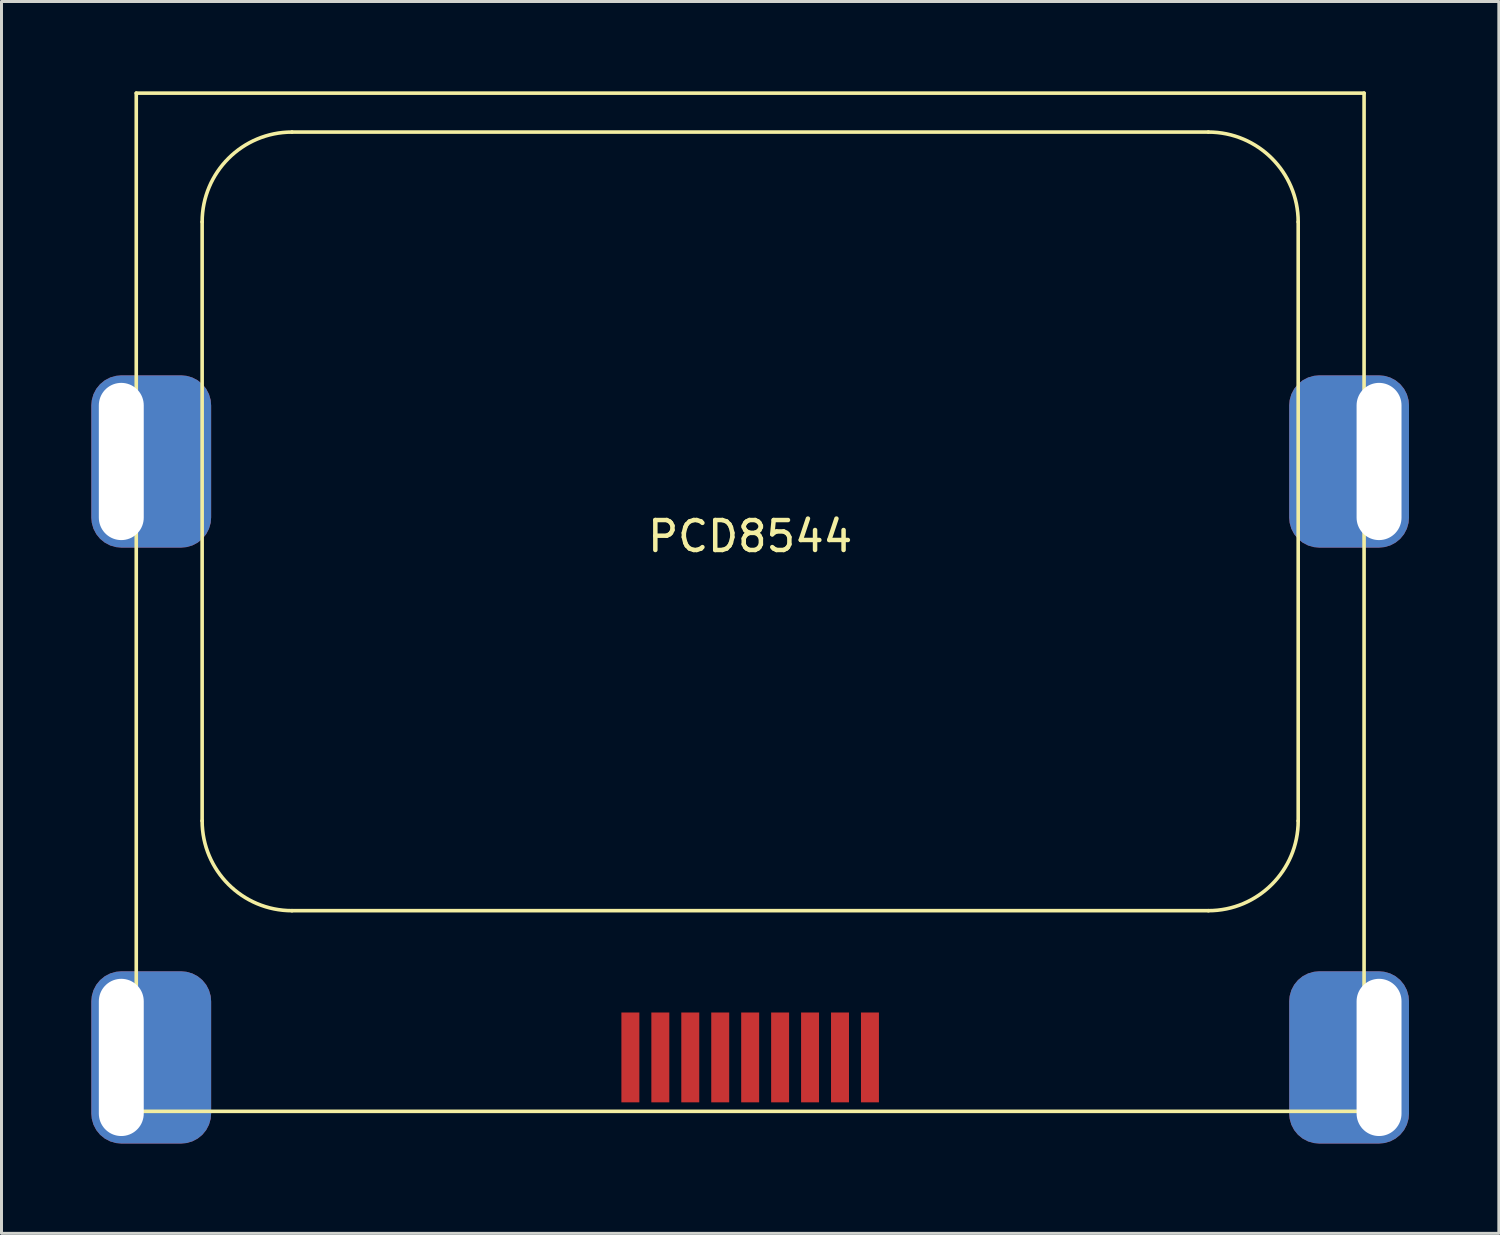
<source format=kicad_pcb>
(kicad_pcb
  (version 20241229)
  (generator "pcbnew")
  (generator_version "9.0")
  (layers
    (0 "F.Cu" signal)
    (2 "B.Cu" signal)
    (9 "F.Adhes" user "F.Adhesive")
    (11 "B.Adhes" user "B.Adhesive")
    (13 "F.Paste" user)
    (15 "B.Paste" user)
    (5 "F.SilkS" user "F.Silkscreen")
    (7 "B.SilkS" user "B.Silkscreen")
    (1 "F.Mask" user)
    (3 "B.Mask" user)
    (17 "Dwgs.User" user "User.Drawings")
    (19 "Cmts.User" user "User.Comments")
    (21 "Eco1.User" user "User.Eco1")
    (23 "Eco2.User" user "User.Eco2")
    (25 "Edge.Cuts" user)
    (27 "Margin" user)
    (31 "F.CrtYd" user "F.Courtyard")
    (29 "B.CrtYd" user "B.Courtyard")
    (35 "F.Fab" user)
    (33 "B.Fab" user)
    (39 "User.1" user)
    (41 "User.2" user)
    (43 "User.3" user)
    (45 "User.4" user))
  (footprint "PCD8544"
    (layer "F.Cu")
    (at 22 14.36)
    (property "Reference" "PCD8544" (at 0 0.5 0) (layer "F.SilkS") (effects (font (size 1 1) (thickness 0.15))))
    (attr through_hole)
    (fp_line (start -20.5 -14.3) (end 20.5 -14.3) (stroke (width 0.12) (type solid)) (layer "F.SilkS"))
    (fp_line (start -20.5 19.7) (end -20.5 -14.3) (stroke (width 0.12) (type solid)) (layer "F.SilkS"))
    (fp_line (start -18.3 -10) (end -18.3 10) (stroke (width 0.12) (type solid)) (layer "F.SilkS"))
    (fp_line (start 15.3 -13) (end -15.3 -13) (stroke (width 0.12) (type solid)) (layer "F.SilkS"))
    (fp_line (start 15.3 13) (end -15.3 13) (stroke (width 0.12) (type solid)) (layer "F.SilkS"))
    (fp_line (start 18.3 -10) (end 18.3 10) (stroke (width 0.12) (type solid)) (layer "F.SilkS"))
    (fp_line (start 20.5 19.7) (end -20.5 19.7) (stroke (width 0.12) (type solid)) (layer "F.SilkS"))
    (fp_line (start 20.5 19.7) (end 20.5 -14.3) (stroke (width 0.12) (type solid)) (layer "F.SilkS"))
    (fp_arc (start -18.3 -10) (mid -17.42132 -12.12132) (end -15.3 -13) (stroke (width 0.12) (type solid)) (layer "F.SilkS"))
    (fp_arc (start -15.3 13) (mid -17.42132 12.12132) (end -18.3 10) (stroke (width 0.12) (type solid)) (layer "F.SilkS"))
    (fp_arc (start 15.3 -13) (mid 17.42132 -12.12132) (end 18.3 -10) (stroke (width 0.12) (type solid)) (layer "F.SilkS"))
    (fp_arc (start 18.3 10) (mid 17.42132 12.12132) (end 15.3 13) (stroke (width 0.12) (type solid)) (layer "F.SilkS"))
    (pad "" thru_hole roundrect (at -21 -2) (size 4 5.75) (drill oval 1.5 5.25 (offset 1 0)) (layers "B.Cu" "B.Mask") (roundrect_rratio 0.25))
    (pad "" thru_hole roundrect (at -21 17.9) (size 4 5.75) (drill oval 1.5 5.25 (offset 1 0)) (layers "B.Cu" "B.Mask") (roundrect_rratio 0.25))
    (pad "" thru_hole roundrect (at 21 -2) (size 4 5.75) (drill oval 1.5 5.25 (offset -1 0)) (layers "B.Cu" "B.Mask") (roundrect_rratio 0.25))
    (pad "" thru_hole roundrect (at 21 17.9) (size 4 5.75) (drill oval 1.5 5.25 (offset -1 0)) (layers "B.Cu" "B.Mask") (roundrect_rratio 0.25))
    (pad "1" smd rect (at -4 17.9) (size 0.6 3) (layers "F.Cu" "F.Mask"))
    (pad "2" smd rect (at -3 17.9) (size 0.6 3) (layers "F.Cu" "F.Mask"))
    (pad "3" smd rect (at -2 17.9) (size 0.6 3) (layers "F.Cu" "F.Mask"))
    (pad "4" smd rect (at -1 17.9) (size 0.6 3) (layers "F.Cu" "F.Mask"))
    (pad "5" smd rect (at 0 17.9) (size 0.6 3) (layers "F.Cu" "F.Mask"))
    (pad "6" smd rect (at 1 17.9) (size 0.6 3) (layers "F.Cu" "F.Mask"))
    (pad "7" smd rect (at 2 17.9) (size 0.6 3) (layers "F.Cu" "F.Mask"))
    (pad "8" smd rect (at 3 17.9) (size 0.6 3) (layers "F.Cu" "F.Mask"))
    (pad "9" smd rect (at 4 17.9) (size 0.6 3) (layers "F.Cu" "F.Mask")))
  (gr_rect
    (start -3 -3)
    (end 47 38.135)
    (stroke (width 0.1) (type default))
    (fill no)
    (layer "Edge.Cuts")))
</source>
